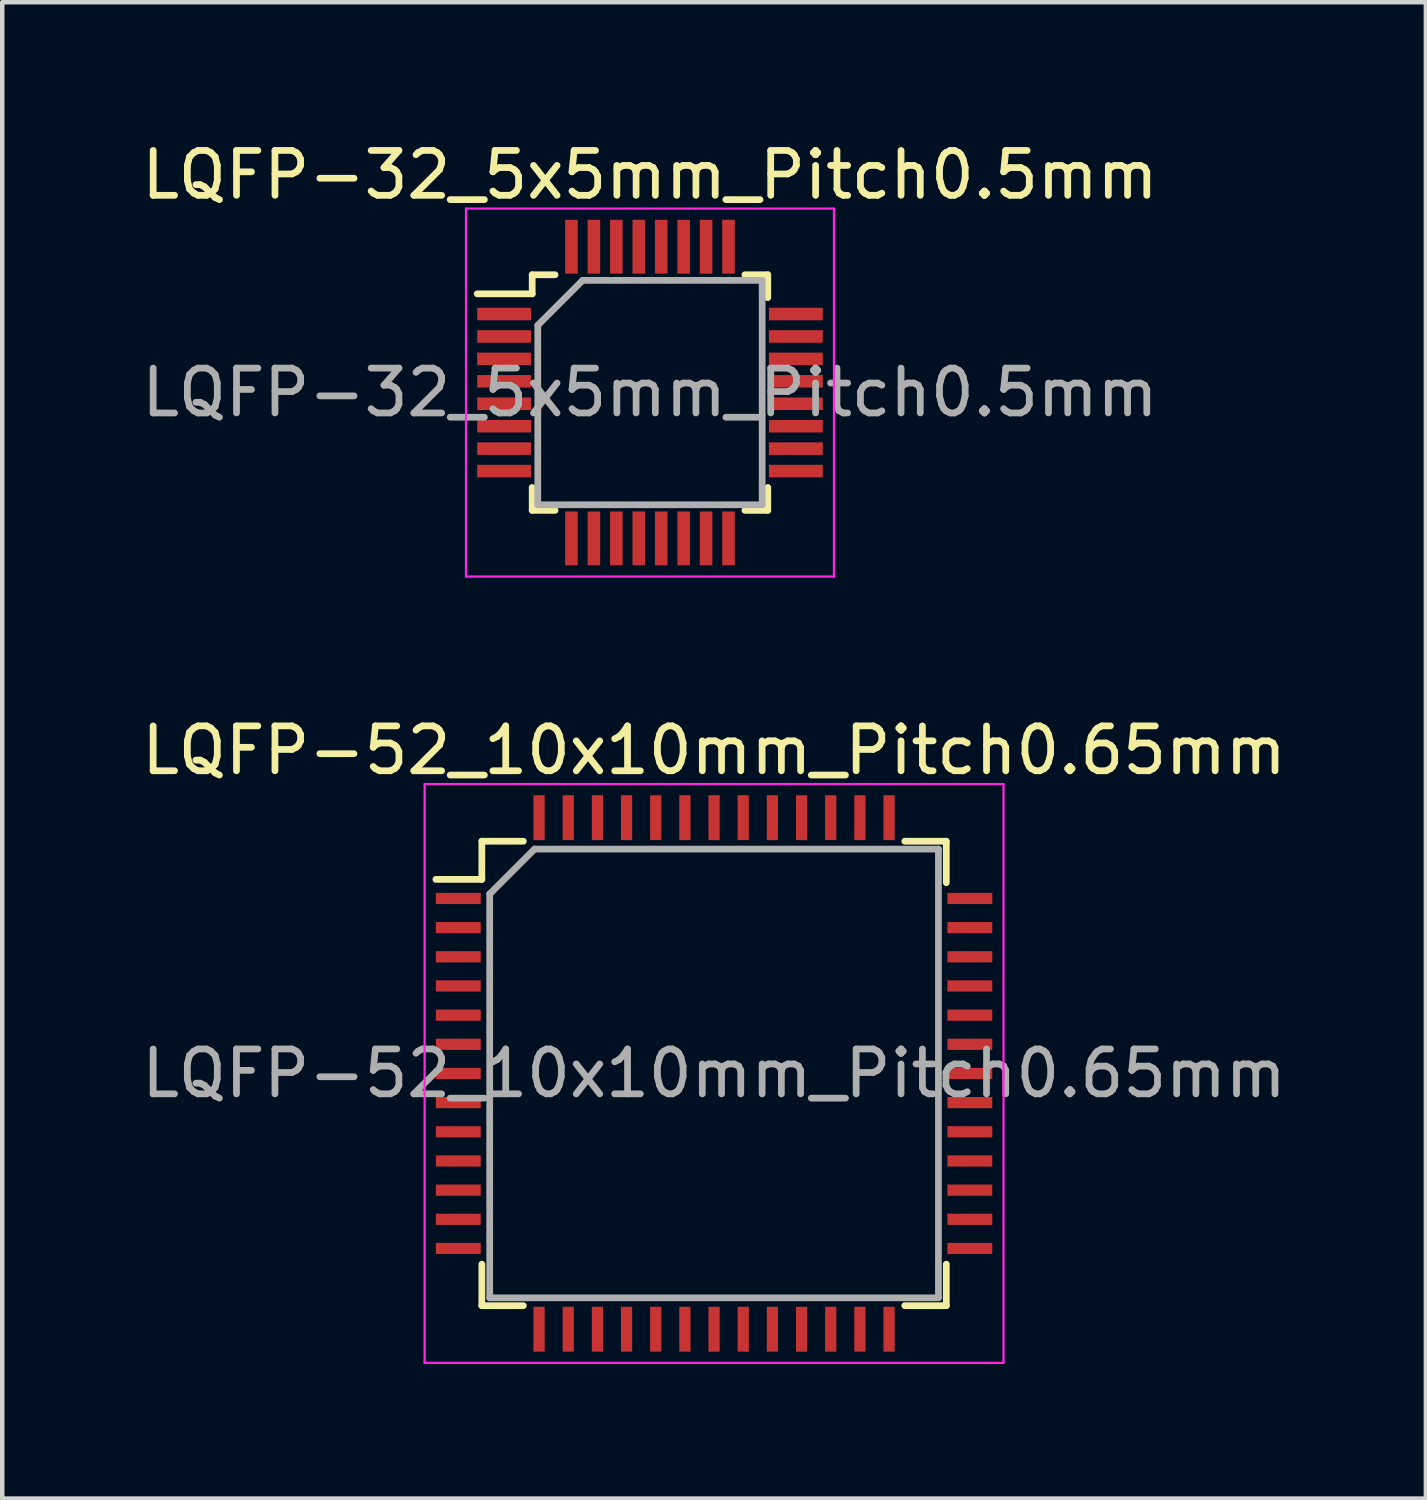
<source format=kicad_pcb>
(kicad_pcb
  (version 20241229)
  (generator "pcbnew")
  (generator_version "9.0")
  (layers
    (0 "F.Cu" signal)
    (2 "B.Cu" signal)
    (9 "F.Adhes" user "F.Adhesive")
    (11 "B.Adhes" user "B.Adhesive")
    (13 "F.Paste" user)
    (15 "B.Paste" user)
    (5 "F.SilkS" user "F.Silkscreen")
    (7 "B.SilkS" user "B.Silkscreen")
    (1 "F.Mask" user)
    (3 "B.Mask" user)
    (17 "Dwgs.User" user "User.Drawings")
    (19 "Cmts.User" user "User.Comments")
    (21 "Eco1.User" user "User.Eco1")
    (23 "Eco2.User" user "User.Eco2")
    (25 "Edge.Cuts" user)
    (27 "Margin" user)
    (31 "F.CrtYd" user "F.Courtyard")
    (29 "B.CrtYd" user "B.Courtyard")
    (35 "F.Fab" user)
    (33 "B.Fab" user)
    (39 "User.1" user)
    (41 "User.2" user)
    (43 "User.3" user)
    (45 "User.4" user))
  (footprint "LQFP-32_5x5mm_Pitch0.5mm"
    (layer "F.Cu")
    (at 11.435 5.698)
    (property "Reference" "LQFP-32_5x5mm_Pitch0.5mm" (at 0 -4.85 0) (layer "F.SilkS") (effects (font (size 1 1) (thickness 0.15))))
    (attr smd)
    (fp_line (start -2.625 -2.625) (end -2.625 -2.2) (stroke (width 0.15) (type solid)) (layer "F.SilkS"))
    (fp_line (start -2.625 -2.625) (end -2.115 -2.625) (stroke (width 0.15) (type solid)) (layer "F.SilkS"))
    (fp_line (start -2.625 -2.2) (end -3.85 -2.2) (stroke (width 0.15) (type solid)) (layer "F.SilkS"))
    (fp_line (start -2.625 2.625) (end -2.625 2.115) (stroke (width 0.15) (type solid)) (layer "F.SilkS"))
    (fp_line (start -2.625 2.625) (end -2.115 2.625) (stroke (width 0.15) (type solid)) (layer "F.SilkS"))
    (fp_line (start 2.625 -2.625) (end 2.115 -2.625) (stroke (width 0.15) (type solid)) (layer "F.SilkS"))
    (fp_line (start 2.625 -2.625) (end 2.625 -2.115) (stroke (width 0.15) (type solid)) (layer "F.SilkS"))
    (fp_line (start 2.625 2.625) (end 2.115 2.625) (stroke (width 0.15) (type solid)) (layer "F.SilkS"))
    (fp_line (start 2.625 2.625) (end 2.625 2.115) (stroke (width 0.15) (type solid)) (layer "F.SilkS"))
    (fp_line (start -4.1 -4.1) (end -4.1 4.1) (stroke (width 0.05) (type solid)) (layer "F.CrtYd"))
    (fp_line (start -4.1 -4.1) (end 4.1 -4.1) (stroke (width 0.05) (type solid)) (layer "F.CrtYd"))
    (fp_line (start -4.1 4.1) (end 4.1 4.1) (stroke (width 0.05) (type solid)) (layer "F.CrtYd"))
    (fp_line (start 4.1 -4.1) (end 4.1 4.1) (stroke (width 0.05) (type solid)) (layer "F.CrtYd"))
    (fp_line (start -2.5 -1.5) (end -1.5 -2.5) (stroke (width 0.15) (type solid)) (layer "F.Fab"))
    (fp_line (start -2.5 2.5) (end -2.5 -1.5) (stroke (width 0.15) (type solid)) (layer "F.Fab"))
    (fp_line (start -1.5 -2.5) (end 2.5 -2.5) (stroke (width 0.15) (type solid)) (layer "F.Fab"))
    (fp_line (start 2.5 -2.5) (end 2.5 2.5) (stroke (width 0.15) (type solid)) (layer "F.Fab"))
    (fp_line (start 2.5 2.5) (end -2.5 2.5) (stroke (width 0.15) (type solid)) (layer "F.Fab"))
    (fp_text user "${REFERENCE}" (at 0 0 0) (layer "F.Fab") (effects (font (size 1 1) (thickness 0.15))))
    (pad "1" smd rect (at -3.25 -1.75) (size 1.2 0.28) (layers "F.Cu" "F.Mask" "F.Paste"))
    (pad "2" smd rect (at -3.25 -1.25) (size 1.2 0.28) (layers "F.Cu" "F.Mask" "F.Paste"))
    (pad "3" smd rect (at -3.25 -0.75) (size 1.2 0.28) (layers "F.Cu" "F.Mask" "F.Paste"))
    (pad "4" smd rect (at -3.25 -0.25) (size 1.2 0.28) (layers "F.Cu" "F.Mask" "F.Paste"))
    (pad "5" smd rect (at -3.25 0.25) (size 1.2 0.28) (layers "F.Cu" "F.Mask" "F.Paste"))
    (pad "6" smd rect (at -3.25 0.75) (size 1.2 0.28) (layers "F.Cu" "F.Mask" "F.Paste"))
    (pad "7" smd rect (at -3.25 1.25) (size 1.2 0.28) (layers "F.Cu" "F.Mask" "F.Paste"))
    (pad "8" smd rect (at -3.25 1.75) (size 1.2 0.28) (layers "F.Cu" "F.Mask" "F.Paste"))
    (pad "9" smd rect (at -1.75 3.25 90) (size 1.2 0.28) (layers "F.Cu" "F.Mask" "F.Paste"))
    (pad "10" smd rect (at -1.25 3.25 90) (size 1.2 0.28) (layers "F.Cu" "F.Mask" "F.Paste"))
    (pad "11" smd rect (at -0.75 3.25 90) (size 1.2 0.28) (layers "F.Cu" "F.Mask" "F.Paste"))
    (pad "12" smd rect (at -0.25 3.25 90) (size 1.2 0.28) (layers "F.Cu" "F.Mask" "F.Paste"))
    (pad "13" smd rect (at 0.25 3.25 90) (size 1.2 0.28) (layers "F.Cu" "F.Mask" "F.Paste"))
    (pad "14" smd rect (at 0.75 3.25 90) (size 1.2 0.28) (layers "F.Cu" "F.Mask" "F.Paste"))
    (pad "15" smd rect (at 1.25 3.25 90) (size 1.2 0.28) (layers "F.Cu" "F.Mask" "F.Paste"))
    (pad "16" smd rect (at 1.75 3.25 90) (size 1.2 0.28) (layers "F.Cu" "F.Mask" "F.Paste"))
    (pad "17" smd rect (at 3.25 1.75) (size 1.2 0.28) (layers "F.Cu" "F.Mask" "F.Paste"))
    (pad "18" smd rect (at 3.25 1.25) (size 1.2 0.28) (layers "F.Cu" "F.Mask" "F.Paste"))
    (pad "19" smd rect (at 3.25 0.75) (size 1.2 0.28) (layers "F.Cu" "F.Mask" "F.Paste"))
    (pad "20" smd rect (at 3.25 0.25) (size 1.2 0.28) (layers "F.Cu" "F.Mask" "F.Paste"))
    (pad "21" smd rect (at 3.25 -0.25) (size 1.2 0.28) (layers "F.Cu" "F.Mask" "F.Paste"))
    (pad "22" smd rect (at 3.25 -0.75) (size 1.2 0.28) (layers "F.Cu" "F.Mask" "F.Paste"))
    (pad "23" smd rect (at 3.25 -1.25) (size 1.2 0.28) (layers "F.Cu" "F.Mask" "F.Paste"))
    (pad "24" smd rect (at 3.25 -1.75) (size 1.2 0.28) (layers "F.Cu" "F.Mask" "F.Paste"))
    (pad "25" smd rect (at 1.75 -3.25 90) (size 1.2 0.28) (layers "F.Cu" "F.Mask" "F.Paste"))
    (pad "26" smd rect (at 1.25 -3.25 90) (size 1.2 0.28) (layers "F.Cu" "F.Mask" "F.Paste"))
    (pad "27" smd rect (at 0.75 -3.25 90) (size 1.2 0.28) (layers "F.Cu" "F.Mask" "F.Paste"))
    (pad "28" smd rect (at 0.25 -3.25 90) (size 1.2 0.28) (layers "F.Cu" "F.Mask" "F.Paste"))
    (pad "29" smd rect (at -0.25 -3.25 90) (size 1.2 0.28) (layers "F.Cu" "F.Mask" "F.Paste"))
    (pad "30" smd rect (at -0.75 -3.25 90) (size 1.2 0.28) (layers "F.Cu" "F.Mask" "F.Paste"))
    (pad "31" smd rect (at -1.25 -3.25 90) (size 1.2 0.28) (layers "F.Cu" "F.Mask" "F.Paste"))
    (pad "32" smd rect (at -1.75 -3.25 90) (size 1.2 0.28) (layers "F.Cu" "F.Mask" "F.Paste")))
  (footprint "LQFP-52_10x10mm_Pitch0.65mm"
    (layer "F.Cu")
    (at 12.863 20.872)
    (property "Reference" "LQFP-52_10x10mm_Pitch0.65mm" (at 0 -7.2 0) (layer "F.SilkS") (effects (font (size 1 1) (thickness 0.15))))
    (attr smd)
    (fp_line (start -5.175 -5.175) (end -5.175 -4.325) (stroke (width 0.15) (type solid)) (layer "F.SilkS"))
    (fp_line (start -5.175 -5.175) (end -4.25 -5.175) (stroke (width 0.15) (type solid)) (layer "F.SilkS"))
    (fp_line (start -5.175 -4.325) (end -6.2 -4.325) (stroke (width 0.15) (type solid)) (layer "F.SilkS"))
    (fp_line (start -5.175 5.175) (end -5.175 4.25) (stroke (width 0.15) (type solid)) (layer "F.SilkS"))
    (fp_line (start -5.175 5.175) (end -4.25 5.175) (stroke (width 0.15) (type solid)) (layer "F.SilkS"))
    (fp_line (start 5.175 -5.175) (end 4.25 -5.175) (stroke (width 0.15) (type solid)) (layer "F.SilkS"))
    (fp_line (start 5.175 -5.175) (end 5.175 -4.25) (stroke (width 0.15) (type solid)) (layer "F.SilkS"))
    (fp_line (start 5.175 5.175) (end 4.25 5.175) (stroke (width 0.15) (type solid)) (layer "F.SilkS"))
    (fp_line (start 5.175 5.175) (end 5.175 4.25) (stroke (width 0.15) (type solid)) (layer "F.SilkS"))
    (fp_line (start -6.45 -6.45) (end -6.45 6.45) (stroke (width 0.05) (type solid)) (layer "F.CrtYd"))
    (fp_line (start -6.45 -6.45) (end 6.45 -6.45) (stroke (width 0.05) (type solid)) (layer "F.CrtYd"))
    (fp_line (start -6.45 6.45) (end 6.45 6.45) (stroke (width 0.05) (type solid)) (layer "F.CrtYd"))
    (fp_line (start 6.45 -6.45) (end 6.45 6.45) (stroke (width 0.05) (type solid)) (layer "F.CrtYd"))
    (fp_line (start -5 -4) (end -4 -5) (stroke (width 0.15) (type solid)) (layer "F.Fab"))
    (fp_line (start -5 5) (end -5 -4) (stroke (width 0.15) (type solid)) (layer "F.Fab"))
    (fp_line (start -4 -5) (end 5 -5) (stroke (width 0.15) (type solid)) (layer "F.Fab"))
    (fp_line (start 5 -5) (end 5 5) (stroke (width 0.15) (type solid)) (layer "F.Fab"))
    (fp_line (start 5 5) (end -5 5) (stroke (width 0.15) (type solid)) (layer "F.Fab"))
    (fp_text user "${REFERENCE}" (at 0 0 0) (layer "F.Fab") (effects (font (size 1 1) (thickness 0.15))))
    (pad "1" smd rect (at -5.7 -3.9) (size 1 0.25) (layers "F.Cu" "F.Mask" "F.Paste"))
    (pad "2" smd rect (at -5.7 -3.25) (size 1 0.25) (layers "F.Cu" "F.Mask" "F.Paste"))
    (pad "3" smd rect (at -5.7 -2.6) (size 1 0.25) (layers "F.Cu" "F.Mask" "F.Paste"))
    (pad "4" smd rect (at -5.7 -1.95) (size 1 0.25) (layers "F.Cu" "F.Mask" "F.Paste"))
    (pad "5" smd rect (at -5.7 -1.3) (size 1 0.25) (layers "F.Cu" "F.Mask" "F.Paste"))
    (pad "6" smd rect (at -5.7 -0.65) (size 1 0.25) (layers "F.Cu" "F.Mask" "F.Paste"))
    (pad "7" smd rect (at -5.7 0) (size 1 0.25) (layers "F.Cu" "F.Mask" "F.Paste"))
    (pad "8" smd rect (at -5.7 0.65) (size 1 0.25) (layers "F.Cu" "F.Mask" "F.Paste"))
    (pad "9" smd rect (at -5.7 1.3) (size 1 0.25) (layers "F.Cu" "F.Mask" "F.Paste"))
    (pad "10" smd rect (at -5.7 1.95) (size 1 0.25) (layers "F.Cu" "F.Mask" "F.Paste"))
    (pad "11" smd rect (at -5.7 2.6) (size 1 0.25) (layers "F.Cu" "F.Mask" "F.Paste"))
    (pad "12" smd rect (at -5.7 3.25) (size 1 0.25) (layers "F.Cu" "F.Mask" "F.Paste"))
    (pad "13" smd rect (at -5.7 3.9) (size 1 0.25) (layers "F.Cu" "F.Mask" "F.Paste"))
    (pad "14" smd rect (at -3.9 5.7 90) (size 1 0.25) (layers "F.Cu" "F.Mask" "F.Paste"))
    (pad "15" smd rect (at -3.25 5.7 90) (size 1 0.25) (layers "F.Cu" "F.Mask" "F.Paste"))
    (pad "16" smd rect (at -2.6 5.7 90) (size 1 0.25) (layers "F.Cu" "F.Mask" "F.Paste"))
    (pad "17" smd rect (at -1.95 5.7 90) (size 1 0.25) (layers "F.Cu" "F.Mask" "F.Paste"))
    (pad "18" smd rect (at -1.3 5.7 90) (size 1 0.25) (layers "F.Cu" "F.Mask" "F.Paste"))
    (pad "19" smd rect (at -0.65 5.7 90) (size 1 0.25) (layers "F.Cu" "F.Mask" "F.Paste"))
    (pad "20" smd rect (at 0 5.7 90) (size 1 0.25) (layers "F.Cu" "F.Mask" "F.Paste"))
    (pad "21" smd rect (at 0.65 5.7 90) (size 1 0.25) (layers "F.Cu" "F.Mask" "F.Paste"))
    (pad "22" smd rect (at 1.3 5.7 90) (size 1 0.25) (layers "F.Cu" "F.Mask" "F.Paste"))
    (pad "23" smd rect (at 1.95 5.7 90) (size 1 0.25) (layers "F.Cu" "F.Mask" "F.Paste"))
    (pad "24" smd rect (at 2.6 5.7 90) (size 1 0.25) (layers "F.Cu" "F.Mask" "F.Paste"))
    (pad "25" smd rect (at 3.25 5.7 90) (size 1 0.25) (layers "F.Cu" "F.Mask" "F.Paste"))
    (pad "26" smd rect (at 3.9 5.7 90) (size 1 0.25) (layers "F.Cu" "F.Mask" "F.Paste"))
    (pad "27" smd rect (at 5.7 3.9) (size 1 0.25) (layers "F.Cu" "F.Mask" "F.Paste"))
    (pad "28" smd rect (at 5.7 3.25) (size 1 0.25) (layers "F.Cu" "F.Mask" "F.Paste"))
    (pad "29" smd rect (at 5.7 2.6) (size 1 0.25) (layers "F.Cu" "F.Mask" "F.Paste"))
    (pad "30" smd rect (at 5.7 1.95) (size 1 0.25) (layers "F.Cu" "F.Mask" "F.Paste"))
    (pad "31" smd rect (at 5.7 1.3) (size 1 0.25) (layers "F.Cu" "F.Mask" "F.Paste"))
    (pad "32" smd rect (at 5.7 0.65) (size 1 0.25) (layers "F.Cu" "F.Mask" "F.Paste"))
    (pad "33" smd rect (at 5.7 0) (size 1 0.25) (layers "F.Cu" "F.Mask" "F.Paste"))
    (pad "34" smd rect (at 5.7 -0.65) (size 1 0.25) (layers "F.Cu" "F.Mask" "F.Paste"))
    (pad "35" smd rect (at 5.7 -1.3) (size 1 0.25) (layers "F.Cu" "F.Mask" "F.Paste"))
    (pad "36" smd rect (at 5.7 -1.95) (size 1 0.25) (layers "F.Cu" "F.Mask" "F.Paste"))
    (pad "37" smd rect (at 5.7 -2.6) (size 1 0.25) (layers "F.Cu" "F.Mask" "F.Paste"))
    (pad "38" smd rect (at 5.7 -3.25) (size 1 0.25) (layers "F.Cu" "F.Mask" "F.Paste"))
    (pad "39" smd rect (at 5.7 -3.9) (size 1 0.25) (layers "F.Cu" "F.Mask" "F.Paste"))
    (pad "40" smd rect (at 3.9 -5.7 90) (size 1 0.25) (layers "F.Cu" "F.Mask" "F.Paste"))
    (pad "41" smd rect (at 3.25 -5.7 90) (size 1 0.25) (layers "F.Cu" "F.Mask" "F.Paste"))
    (pad "42" smd rect (at 2.6 -5.7 90) (size 1 0.25) (layers "F.Cu" "F.Mask" "F.Paste"))
    (pad "43" smd rect (at 1.95 -5.7 90) (size 1 0.25) (layers "F.Cu" "F.Mask" "F.Paste"))
    (pad "44" smd rect (at 1.3 -5.7 90) (size 1 0.25) (layers "F.Cu" "F.Mask" "F.Paste"))
    (pad "45" smd rect (at 0.65 -5.7 90) (size 1 0.25) (layers "F.Cu" "F.Mask" "F.Paste"))
    (pad "46" smd rect (at 0 -5.7 90) (size 1 0.25) (layers "F.Cu" "F.Mask" "F.Paste"))
    (pad "47" smd rect (at -0.65 -5.7 90) (size 1 0.25) (layers "F.Cu" "F.Mask" "F.Paste"))
    (pad "48" smd rect (at -1.3 -5.7 90) (size 1 0.25) (layers "F.Cu" "F.Mask" "F.Paste"))
    (pad "49" smd rect (at -1.95 -5.7 90) (size 1 0.25) (layers "F.Cu" "F.Mask" "F.Paste"))
    (pad "50" smd rect (at -2.6 -5.7 90) (size 1 0.25) (layers "F.Cu" "F.Mask" "F.Paste"))
    (pad "51" smd rect (at -3.25 -5.7 90) (size 1 0.25) (layers "F.Cu" "F.Mask" "F.Paste"))
    (pad "52" smd rect (at -3.9 -5.7 90) (size 1 0.25) (layers "F.Cu" "F.Mask" "F.Paste")))
  (gr_rect
    (start -3 -3)
    (end 28.726 30.346)
    (stroke (width 0.1) (type default))
    (fill no)
    (layer "Edge.Cuts")))
</source>
